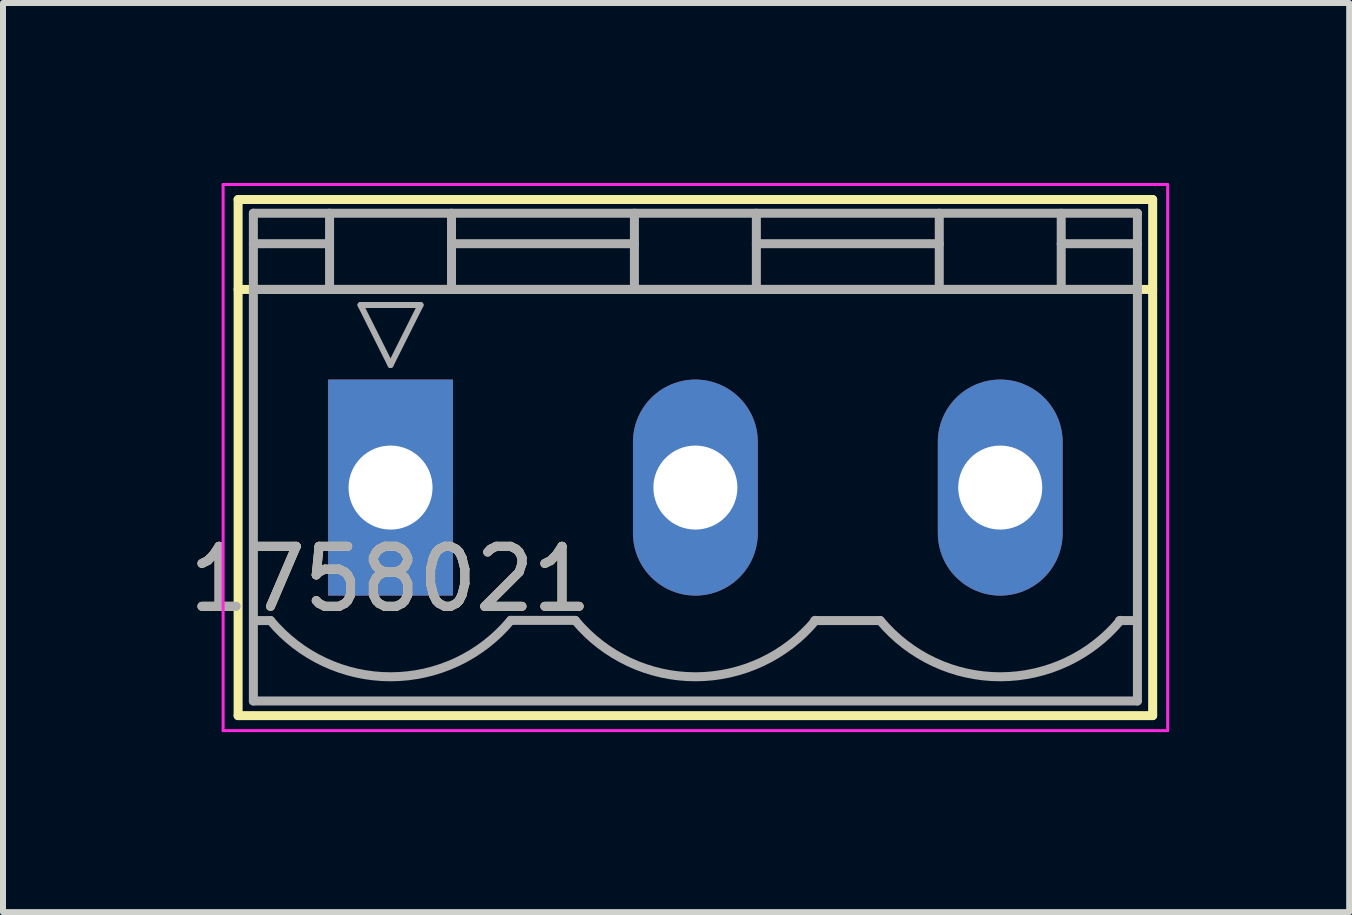
<source format=kicad_pcb>
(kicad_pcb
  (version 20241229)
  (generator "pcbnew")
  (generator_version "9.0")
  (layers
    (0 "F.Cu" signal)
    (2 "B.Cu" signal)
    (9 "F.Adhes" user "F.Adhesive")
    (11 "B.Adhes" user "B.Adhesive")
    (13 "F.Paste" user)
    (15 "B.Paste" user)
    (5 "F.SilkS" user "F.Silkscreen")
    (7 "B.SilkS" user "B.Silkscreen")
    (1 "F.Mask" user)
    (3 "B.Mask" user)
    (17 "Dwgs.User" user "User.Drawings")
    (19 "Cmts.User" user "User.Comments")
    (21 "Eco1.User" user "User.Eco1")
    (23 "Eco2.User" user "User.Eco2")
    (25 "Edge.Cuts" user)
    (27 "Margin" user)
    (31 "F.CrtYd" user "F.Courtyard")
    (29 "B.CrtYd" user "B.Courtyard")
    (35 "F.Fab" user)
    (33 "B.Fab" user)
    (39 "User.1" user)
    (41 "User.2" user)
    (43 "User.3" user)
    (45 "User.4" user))
  (footprint "1758021"
    (layer "F.Cu")
    (at 3.458 5.075)
    (property "Reference" "1758021" (at 0 1.524 0) (layer "F.SilkS") (effects (font (size 1 1) (thickness 0.15))))
    (attr through_hole)
    (fp_line (start -2.54 -3.302) (end 12.7 -3.302) (stroke (width 0.15) (type solid)) (layer "F.SilkS"))
    (fp_line (start -2.54 3.8) (end -2.54 -4.8) (stroke (width 0.15) (type solid)) (layer "F.SilkS"))
    (fp_line (start -2.54 3.8) (end 12.7 3.8) (stroke (width 0.15) (type solid)) (layer "F.SilkS"))
    (fp_line (start 12.7 -4.8) (end -2.54 -4.8) (stroke (width 0.15) (type solid)) (layer "F.SilkS"))
    (fp_line (start 12.7 -4.8) (end 12.7 3.8) (stroke (width 0.15) (type solid)) (layer "F.SilkS"))
    (fp_line (start -2.79 -5.05) (end 12.95 -5.05) (stroke (width 0.05) (type solid)) (layer "F.CrtYd"))
    (fp_line (start -2.79 4.05) (end -2.79 -5.05) (stroke (width 0.05) (type solid)) (layer "F.CrtYd"))
    (fp_line (start 12.95 -5.05) (end 12.95 4.05) (stroke (width 0.05) (type solid)) (layer "F.CrtYd"))
    (fp_line (start 12.95 4.05) (end -2.79 4.05) (stroke (width 0.05) (type solid)) (layer "F.CrtYd"))
    (fp_line (start -2.286 -4.572) (end 12.446 -4.572) (stroke (width 0.15) (type solid)) (layer "F.Fab"))
    (fp_line (start -2.286 -4.064) (end -1.016 -4.064) (stroke (width 0.15) (type solid)) (layer "F.Fab"))
    (fp_line (start -2.286 -3.302) (end 12.446 -3.302) (stroke (width 0.15) (type solid)) (layer "F.Fab"))
    (fp_line (start -2.286 3.556) (end -2.286 -4.572) (stroke (width 0.15) (type solid)) (layer "F.Fab"))
    (fp_line (start -2.254 2.216) (end -2 2.216) (stroke (width 0.15) (type solid)) (layer "F.Fab"))
    (fp_line (start -1.016 -4.572) (end -1.016 -3.302) (stroke (width 0.15) (type solid)) (layer "F.Fab"))
    (fp_line (start -0.5 -3.042) (end 0.5 -3.042) (stroke (width 0.1) (type solid)) (layer "F.Fab"))
    (fp_line (start 0 -2.042) (end -0.5 -3.042) (stroke (width 0.1) (type solid)) (layer "F.Fab"))
    (fp_line (start 0.5 -3.042) (end 0 -2.042) (stroke (width 0.1) (type solid)) (layer "F.Fab"))
    (fp_line (start 1.016 -4.572) (end 1.016 -3.302) (stroke (width 0.15) (type solid)) (layer "F.Fab"))
    (fp_line (start 1.016 -4.064) (end 4.064 -4.064) (stroke (width 0.15) (type solid)) (layer "F.Fab"))
    (fp_line (start 2.002 2.213) (end 3.08 2.213) (stroke (width 0.15) (type solid)) (layer "F.Fab"))
    (fp_line (start 4.064 -4.572) (end 4.064 -3.302) (stroke (width 0.15) (type solid)) (layer "F.Fab"))
    (fp_line (start 6.096 -4.572) (end 6.096 -3.302) (stroke (width 0.15) (type solid)) (layer "F.Fab"))
    (fp_line (start 6.096 -4.064) (end 9.144 -4.064) (stroke (width 0.15) (type solid)) (layer "F.Fab"))
    (fp_line (start 7.067 2.216) (end 8.16 2.216) (stroke (width 0.15) (type solid)) (layer "F.Fab"))
    (fp_line (start 9.144 -4.572) (end 9.144 -3.302) (stroke (width 0.15) (type solid)) (layer "F.Fab"))
    (fp_line (start 11.176 -4.572) (end 11.176 -3.302) (stroke (width 0.15) (type solid)) (layer "F.Fab"))
    (fp_line (start 11.176 -4.064) (end 12.446 -4.064) (stroke (width 0.15) (type solid)) (layer "F.Fab"))
    (fp_line (start 12.147 2.216) (end 12.401 2.216) (stroke (width 0.15) (type solid)) (layer "F.Fab"))
    (fp_line (start 12.446 -4.572) (end 12.446 3.556) (stroke (width 0.15) (type solid)) (layer "F.Fab"))
    (fp_line (start 12.446 3.556) (end -2.286 3.556) (stroke (width 0.15) (type solid)) (layer "F.Fab"))
    (fp_arc (start 2.002398 2.212938) (mid 0.001875 3.152875) (end -2 2.215821) (stroke (width 0.15) (type solid)) (layer "F.Fab"))
    (fp_arc (start 7.082398 2.212938) (mid 5.081875 3.152875) (end 3.08 2.215821) (stroke (width 0.15) (type solid)) (layer "F.Fab"))
    (fp_arc (start 12.162398 2.212938) (mid 10.161875 3.152875) (end 8.16 2.215821) (stroke (width 0.15) (type solid)) (layer "F.Fab"))
    (fp_text user "${REFERENCE}" (at 0 1.524 0) (layer "F.Fab") (effects (font (size 1 1) (thickness 0.15))))
    (pad "1" thru_hole rect (at 0 0) (size 2.08 3.6) (drill 1.4) (layers "*.Cu" "*.Mask"))
    (pad "2" thru_hole oval (at 5.08 0) (size 2.08 3.6) (drill 1.4) (layers "*.Cu" "*.Mask"))
    (pad "3" thru_hole oval (at 10.16 0) (size 2.08 3.6) (drill 1.4) (layers "*.Cu" "*.Mask")))
  (gr_rect
    (start -3 -3)
    (end 19.433 12.15)
    (stroke (width 0.1) (type default))
    (fill no)
    (layer "Edge.Cuts")))
</source>
